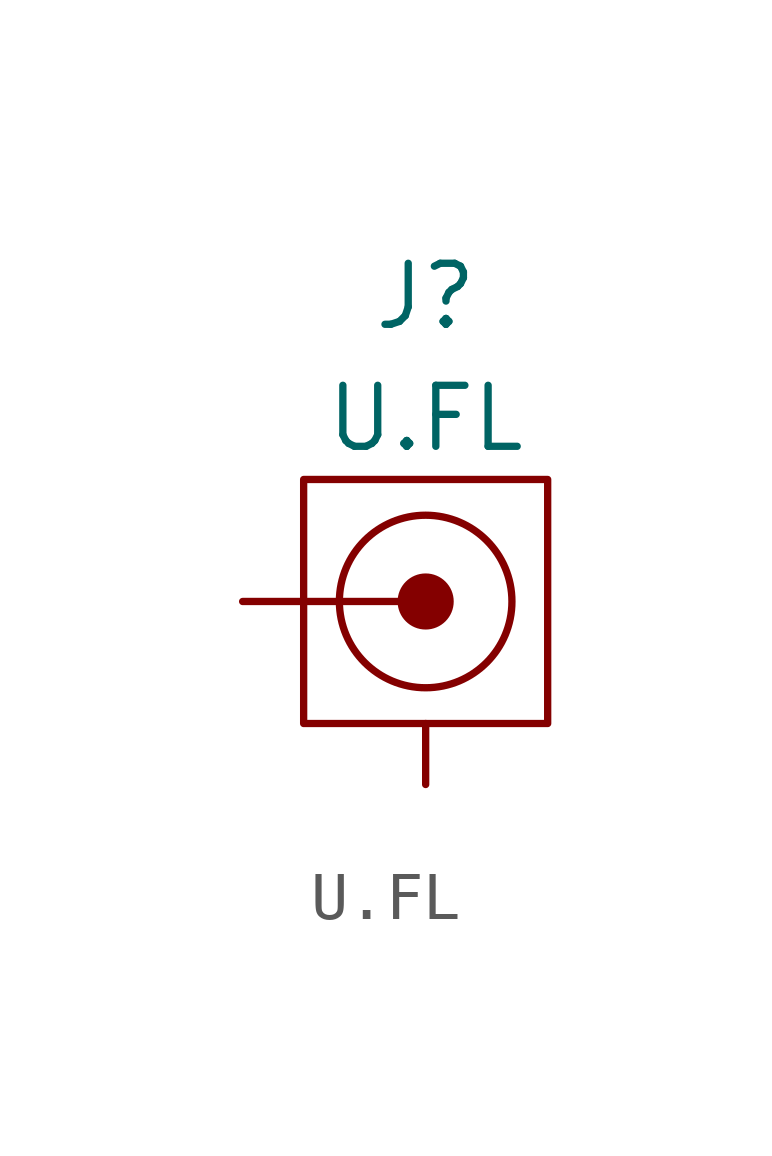
<source format=kicad_sym>
(kicad_symbol_lib
  (version 20211014)
  (generator kicad_symbol_editor)
  (symbol "U.FL"
    (pin_numbers hide)
    (pin_names hide)
    (property "Reference" "J"
      (at 0 6.35 0)
      (effects (font (size 1.27 1.27))))
    (property "Value" "U.FL"
      (at 0 3.81 0)
      (effects (font (size 1.27 1.27))))
    (symbol "U.FL_0_0"
      (pin passive line (at 0 -3.81 90) (length 1.27) (name "" (effects (font (size 1.27 1.27)))) (number "GND" (effects (font (size 1 1)))))
      (pin passive line (at -3.81 0 0) (length 3.81) (name "" (effects (font (size 1.27 1.27)))) (number "SIG" (effects (font (size 1 1))))))
    (symbol "U.FL_0_1"
      (rectangle (start -2.54 2.54) (end 2.54 -2.54) (stroke (width 0) (type default) (color 0 0 0 0)) (fill (type none)))
      (circle (center 0 0) (radius 0.508) (stroke (width 0) (type default) (color 0 0 0 0)) (fill (type outline)))
      (circle (center 0 0) (radius 1.796) (stroke (width 0) (type default) (color 0 0 0 0)) (fill (type none))))))
</source>
